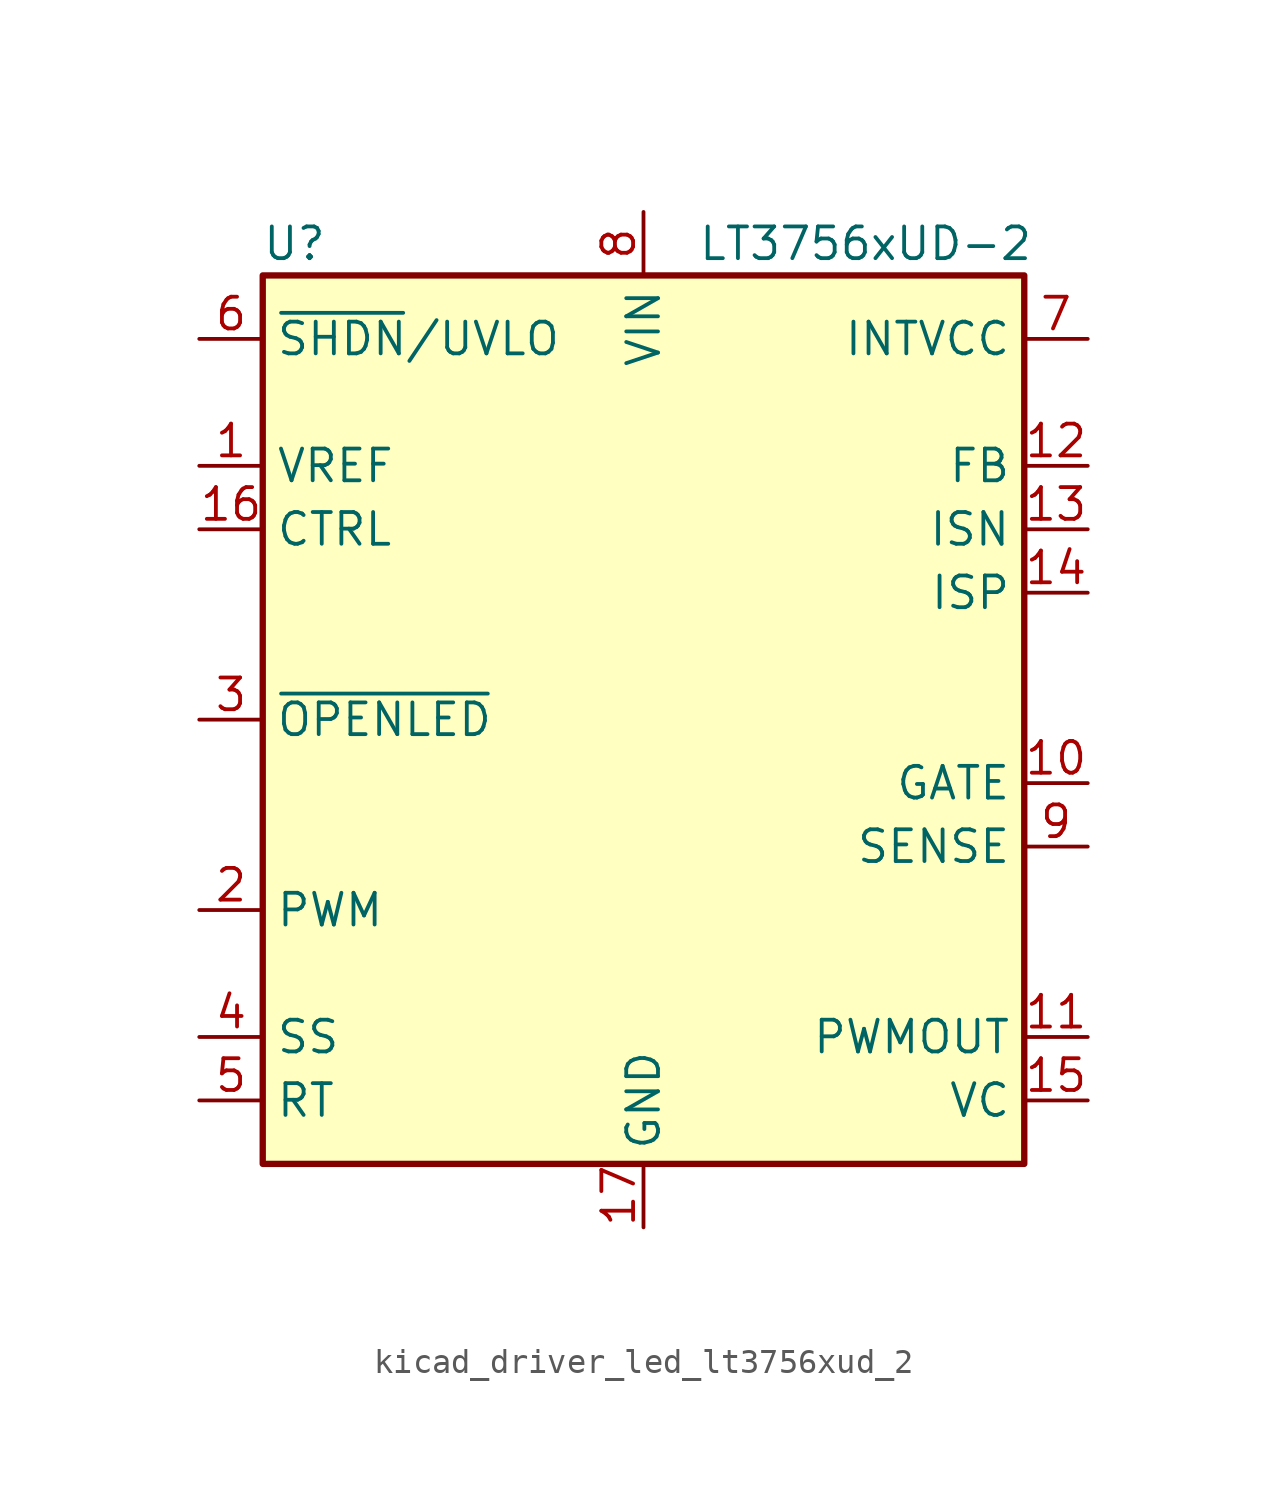
<source format=kicad_sym>
(kicad_symbol_lib
  (version 20220914)
  (generator kicad_symbol_editor)
  (symbol "kicad_driver_led_lt3756xud_2"
    (property "Reference" "U"
      (at -13.97 19.05 0)
      (effects (font (size 1.27 1.27))))
    (property "Value" "LT3756xUD-2"
      (at 8.89 19.05 0)
      (effects (font (size 1.27 1.27))))
    (symbol "kicad_driver_led_lt3756xud_2_0_1"
      (rectangle (start -15.24 -17.78) (end 15.24 17.78) (stroke (width 0.254) (type default)) (fill (type background))))
    (symbol "kicad_driver_led_lt3756xud_2_1_1"
      (pin output line (at -17.78 10.16 0) (length 2.54) (name "VREF" (effects (font (size 1.27 1.27)))) (number "1" (effects (font (size 1.27 1.27)))))
      (pin output line (at 17.78 -2.54 180) (length 2.54) (name "GATE" (effects (font (size 1.27 1.27)))) (number "10" (effects (font (size 1.27 1.27)))))
      (pin output line (at 17.78 -12.7 180) (length 2.54) (name "PWMOUT" (effects (font (size 1.27 1.27)))) (number "11" (effects (font (size 1.27 1.27)))))
      (pin input line (at 17.78 10.16 180) (length 2.54) (name "FB" (effects (font (size 1.27 1.27)))) (number "12" (effects (font (size 1.27 1.27)))))
      (pin input line (at 17.78 7.62 180) (length 2.54) (name "ISN" (effects (font (size 1.27 1.27)))) (number "13" (effects (font (size 1.27 1.27)))))
      (pin input line (at 17.78 5.08 180) (length 2.54) (name "ISP" (effects (font (size 1.27 1.27)))) (number "14" (effects (font (size 1.27 1.27)))))
      (pin output line (at 17.78 -15.24 180) (length 2.54) (name "VC" (effects (font (size 1.27 1.27)))) (number "15" (effects (font (size 1.27 1.27)))))
      (pin input line (at -17.78 7.62 0) (length 2.54) (name "CTRL" (effects (font (size 1.27 1.27)))) (number "16" (effects (font (size 1.27 1.27)))))
      (pin power_in line (at 0 -20.32 90) (length 2.54) (name "GND" (effects (font (size 1.27 1.27)))) (number "17" (effects (font (size 1.27 1.27)))))
      (pin input line (at -17.78 -7.62 0) (length 2.54) (name "PWM" (effects (font (size 1.27 1.27)))) (number "2" (effects (font (size 1.27 1.27)))))
      (pin input line (at -17.78 0 0) (length 2.54) (name "~{OPENLED}" (effects (font (size 1.27 1.27)))) (number "3" (effects (font (size 1.27 1.27)))))
      (pin input line (at -17.78 -12.7 0) (length 2.54) (name "SS" (effects (font (size 1.27 1.27)))) (number "4" (effects (font (size 1.27 1.27)))))
      (pin input line (at -17.78 -15.24 0) (length 2.54) (name "RT" (effects (font (size 1.27 1.27)))) (number "5" (effects (font (size 1.27 1.27)))))
      (pin input line (at -17.78 15.24 0) (length 2.54) (name "~{SHDN}/UVLO" (effects (font (size 1.27 1.27)))) (number "6" (effects (font (size 1.27 1.27)))))
      (pin power_out line (at 17.78 15.24 180) (length 2.54) (name "INTVCC" (effects (font (size 1.27 1.27)))) (number "7" (effects (font (size 1.27 1.27)))))
      (pin power_in line (at 0 20.32 270) (length 2.54) (name "VIN" (effects (font (size 1.27 1.27)))) (number "8" (effects (font (size 1.27 1.27)))))
      (pin input line (at 17.78 -5.08 180) (length 2.54) (name "SENSE" (effects (font (size 1.27 1.27)))) (number "9" (effects (font (size 1.27 1.27))))))))
</source>
